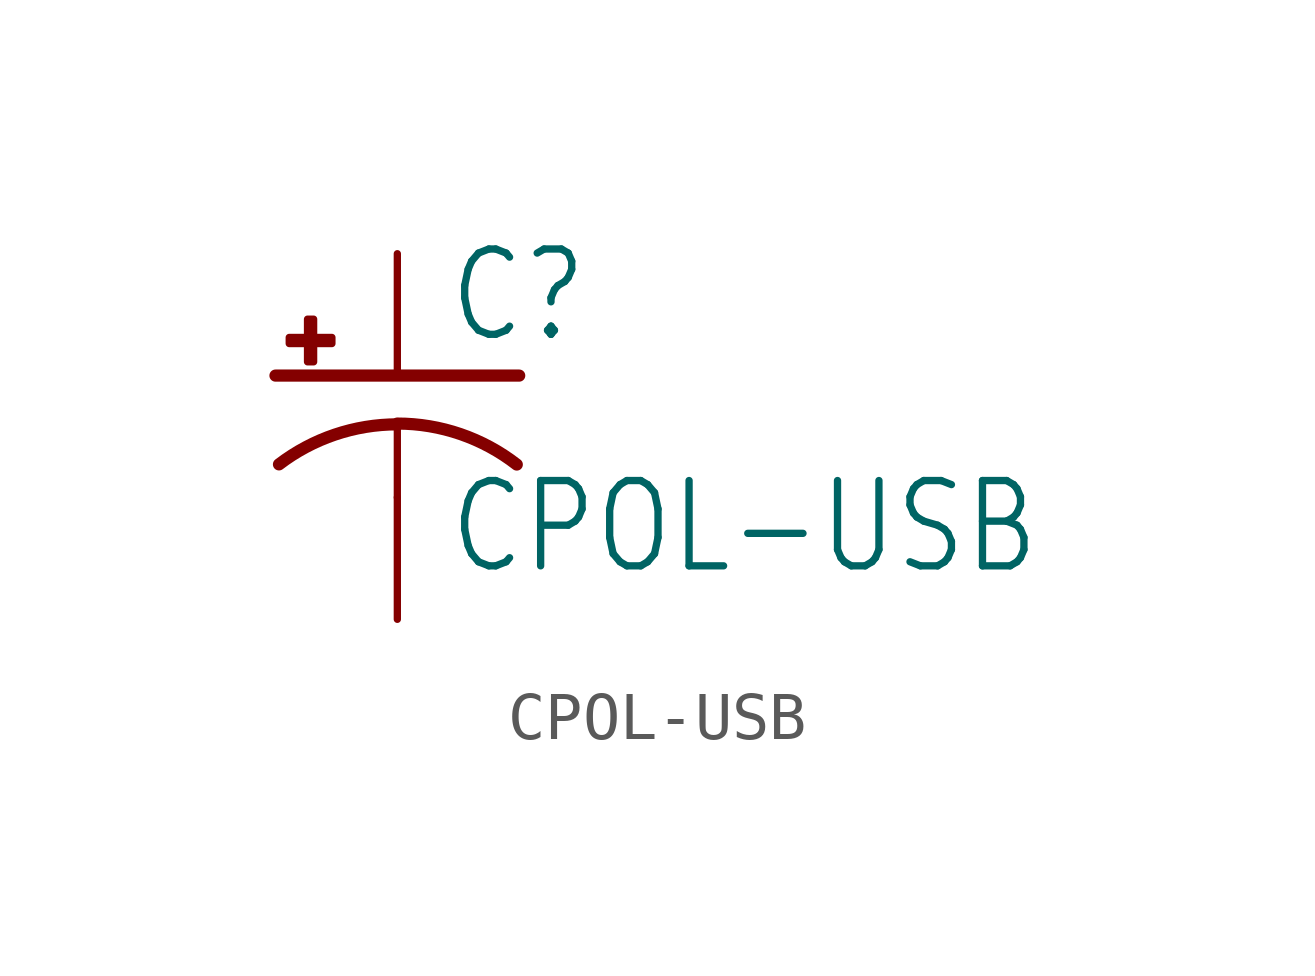
<source format=kicad_sym>
(kicad_symbol_lib
  (version 20220914)
  (generator kicad_symbol_editor)
  (symbol "CPOL-USB"
    (property "Reference" "C"
      (at 1.016 0.635 0)
      (effects (font (size 1.778 1.511)) (justify left bottom)))
    (property "Value" "CPOL-USB"
      (at 1.016 -4.191 0)
      (effects (font (size 1.778 1.511)) (justify left bottom)))
    (property "ki_locked" ""
      (at 0 0 0)
      (effects (font (size 1.27 1.27))))
    (symbol "CPOL-USB_1_0"
      (rectangle (start -2.253 0.668) (end -1.364 0.795) (stroke (width 0) (type default)) (fill (type outline)))
      (rectangle (start -1.872 0.287) (end -1.745 1.176) (stroke (width 0) (type default)) (fill (type outline)))
      (arc (start 0 -1.0161) (mid -1.3021 -1.2302) (end -2.4669 -1.8504) (stroke (width 0.254) (type default)) (fill (type none)))
      (polyline (pts (xy -2.54 0) (xy 2.54 0)) (stroke (width 0.254) (type default)) (fill (type none)))
      (polyline (pts (xy 0 -1.016) (xy 0 -2.54)) (stroke (width 0.152) (type default)) (fill (type none)))
      (arc (start 2.4892 -1.8542) (mid 1.3158 -1.2195) (end 0 -1) (stroke (width 0.254) (type default)) (fill (type none)))
      (pin passive line (at 0 2.54 270) (length 2.54) (name "+" (effects (font (size 0 0)))) (number "+" (effects (font (size 0 0)))))
      (pin passive line (at 0 -5.08 90) (length 2.54) (name "-" (effects (font (size 0 0)))) (number "-" (effects (font (size 0 0))))))))
</source>
